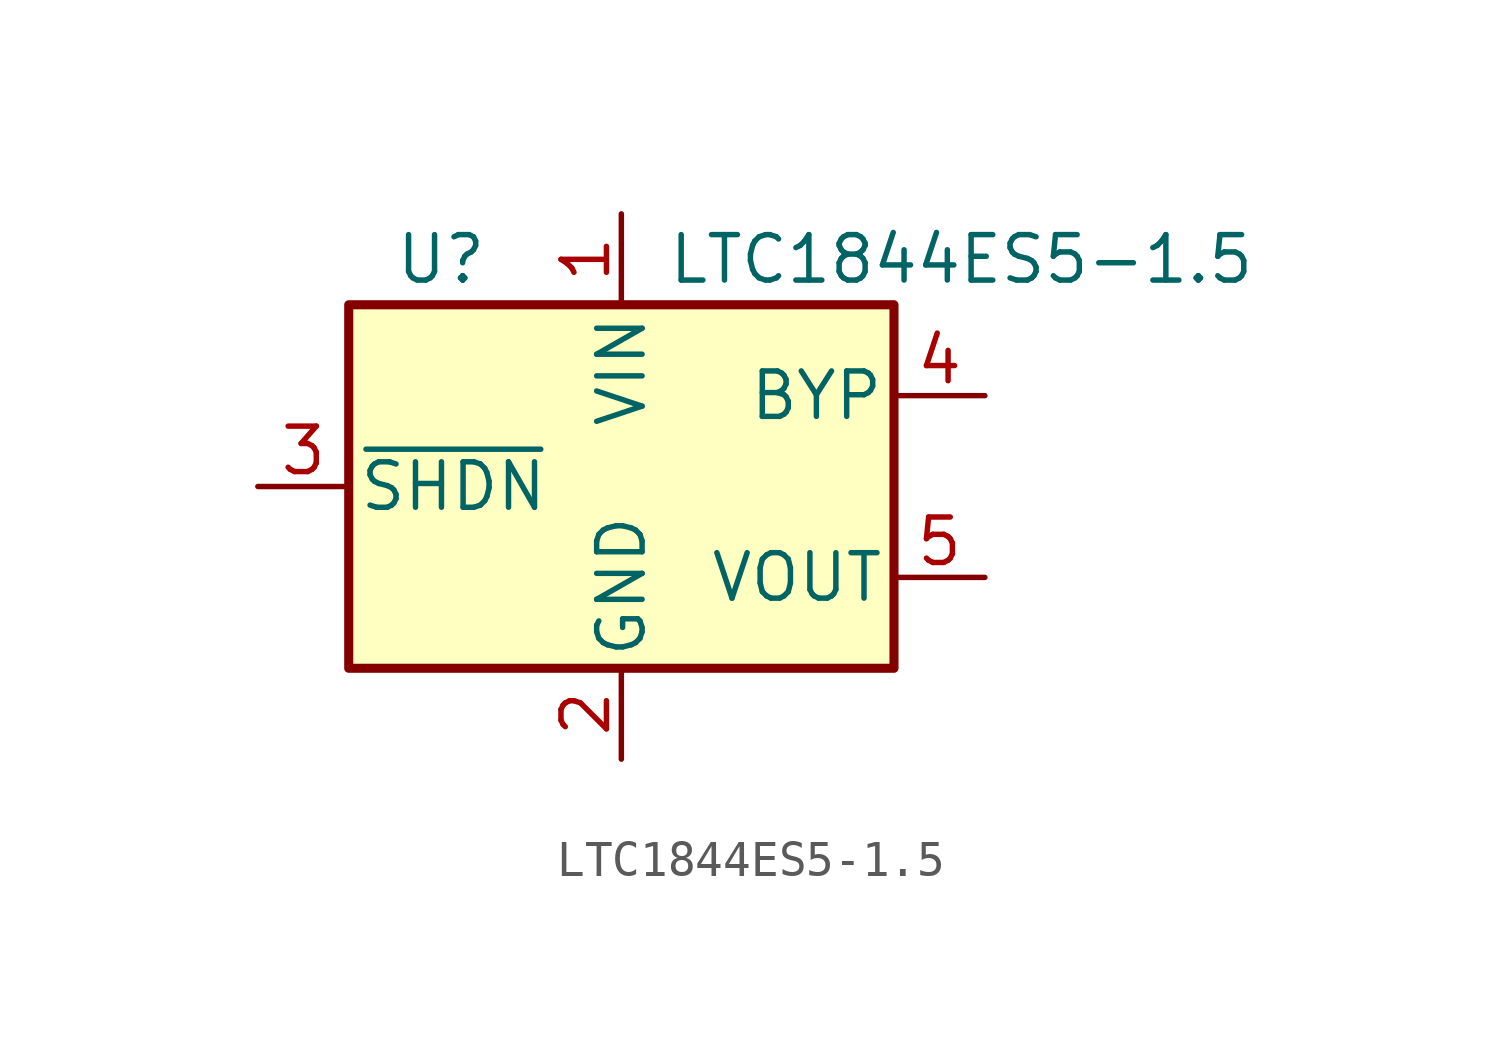
<source format=kicad_sym>
(kicad_symbol_lib
  (version 20211014)
  (generator kicad_symbol_editor)
  (symbol "LTC1844ES5-1.5"
    (pin_names
      (offset 0.254))
    (property "Reference" "U"
      (at -6.35 6.35 0)
      (effects (font (size 1.27 1.27)) (justify left)))
    (property "Value" "LTC1844ES5-1.5"
      (at 1.27 6.35 0)
      (effects (font (size 1.27 1.27)) (justify left)))
    (symbol "LTC1844ES5-1.5_0_1"
      (rectangle (start -7.62 5.08) (end 7.62 -5.08) (stroke (width 0.254) (type default) (color 0 0 0 0)) (fill (type background))))
    (symbol "LTC1844ES5-1.5_1_1"
      (pin power_in line (at 0 7.62 270) (length 2.54) (name "VIN" (effects (font (size 1.27 1.27)))) (number "1" (effects (font (size 1.27 1.27)))))
      (pin power_in line (at 0 -7.62 90) (length 2.54) (name "GND" (effects (font (size 1.27 1.27)))) (number "2" (effects (font (size 1.27 1.27)))))
      (pin input line (at -10.16 0 0) (length 2.54) (name "~{SHDN}" (effects (font (size 1.27 1.27)))) (number "3" (effects (font (size 1.27 1.27)))))
      (pin passive line (at 10.16 2.54 180) (length 2.54) (name "BYP" (effects (font (size 1.27 1.27)))) (number "4" (effects (font (size 1.27 1.27)))))
      (pin power_out line (at 10.16 -2.54 180) (length 2.54) (name "VOUT" (effects (font (size 1.27 1.27)))) (number "5" (effects (font (size 1.27 1.27))))))))
</source>
